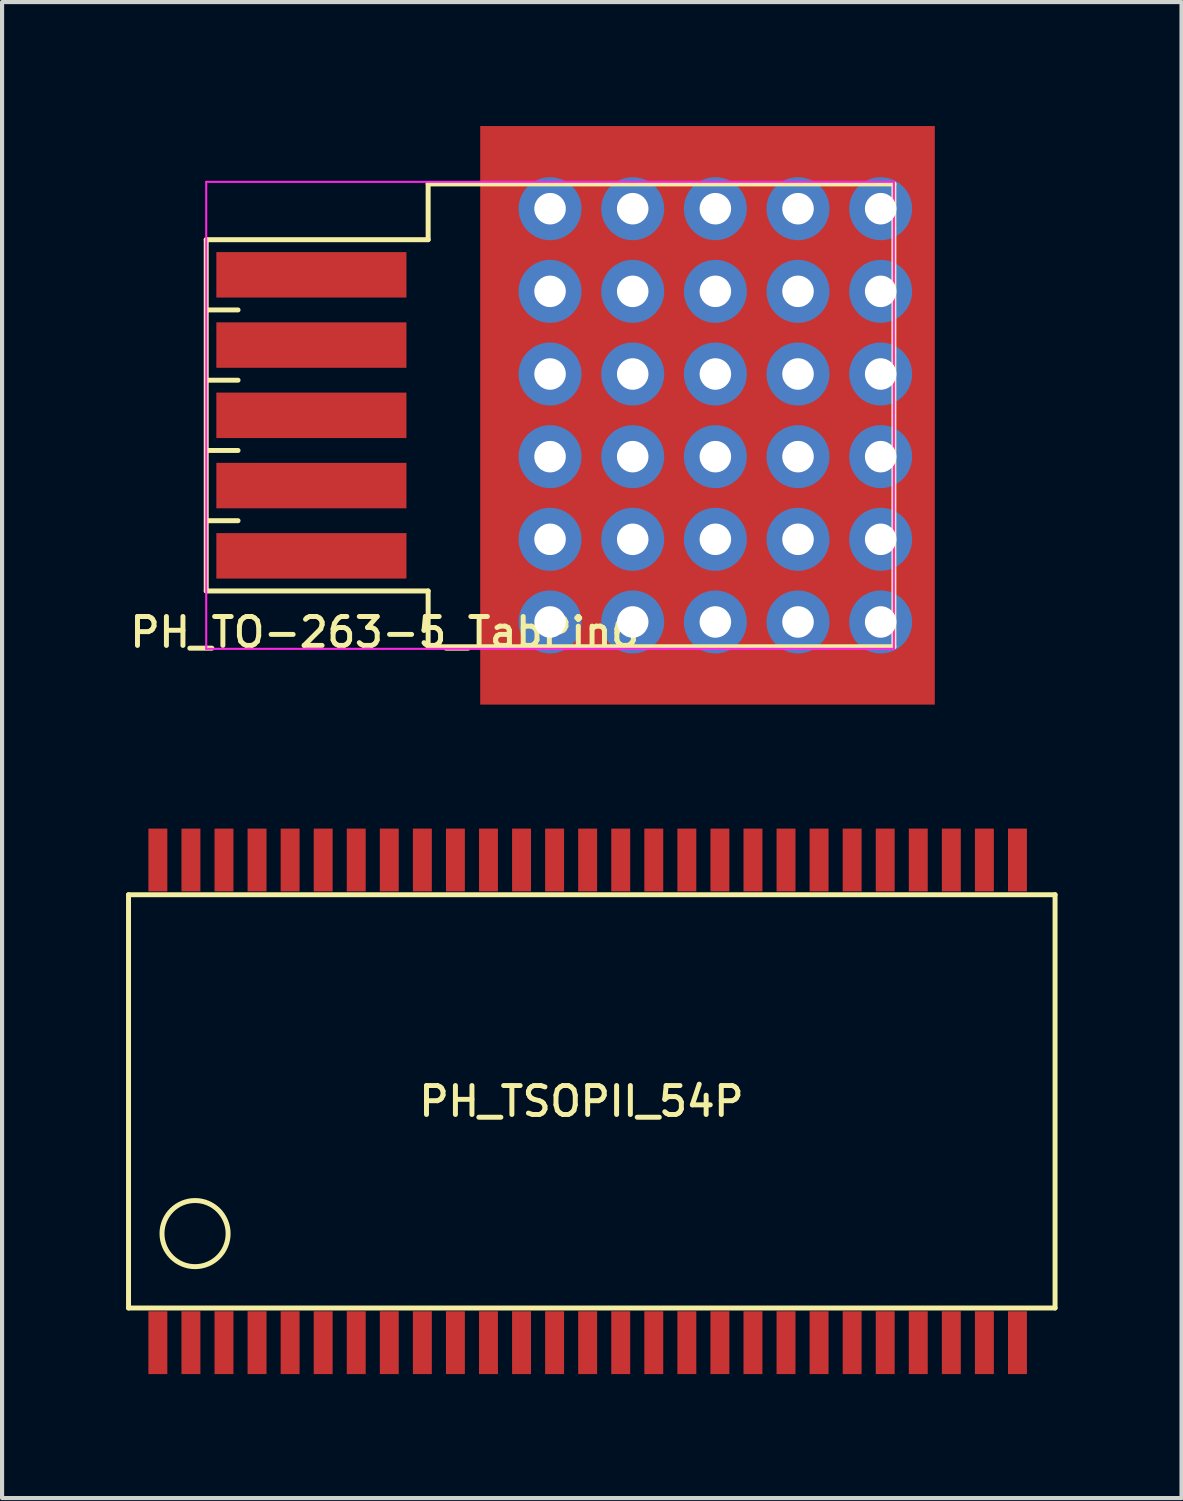
<source format=kicad_pcb>
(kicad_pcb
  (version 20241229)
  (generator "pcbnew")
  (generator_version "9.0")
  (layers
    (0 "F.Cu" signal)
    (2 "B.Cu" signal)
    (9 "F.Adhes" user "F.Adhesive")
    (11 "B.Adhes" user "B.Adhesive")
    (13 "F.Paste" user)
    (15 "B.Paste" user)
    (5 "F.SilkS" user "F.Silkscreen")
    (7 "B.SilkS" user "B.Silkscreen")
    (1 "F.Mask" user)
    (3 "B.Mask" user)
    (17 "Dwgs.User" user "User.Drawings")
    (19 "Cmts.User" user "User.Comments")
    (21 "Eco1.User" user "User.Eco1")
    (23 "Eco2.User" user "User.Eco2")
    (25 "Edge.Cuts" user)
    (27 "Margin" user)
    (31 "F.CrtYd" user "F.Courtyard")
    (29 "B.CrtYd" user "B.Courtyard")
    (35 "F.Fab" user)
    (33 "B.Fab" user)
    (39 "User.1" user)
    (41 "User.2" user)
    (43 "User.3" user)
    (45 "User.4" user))
  (footprint "PH_TSOPII_54P"
    (layer "F.Cu")
    (at 11.27 23.6)
    (property "Reference" "PH_TSOPII_54P" (at -0.25 0 0) (layer "F.SilkS") (effects (font (size 0.7 0.7) (thickness 0.12))))
    (attr through_hole)
    (fp_line (start -11.21 -5) (end -11.21 5) (stroke (width 0.12) (type solid)) (layer "F.SilkS"))
    (fp_line (start -11.21 -5) (end 11.21 -5) (stroke (width 0.12) (type solid)) (layer "F.SilkS"))
    (fp_line (start -11.21 5) (end 11.21 5) (stroke (width 0.12) (type solid)) (layer "F.SilkS"))
    (fp_line (start 11.21 5) (end 11.21 -5) (stroke (width 0.12) (type solid)) (layer "F.SilkS"))
    (fp_circle (center -9.6 3.2) (end -8.8 3.2) (stroke (width 0.12) (type solid)) (fill no) (layer "F.SilkS"))
    (pad "1" smd rect (at -10.5 5.84) (size 0.458 1.52) (layers "F.Cu" "F.Mask" "F.Paste"))
    (pad "2" smd rect (at -9.7 5.84) (size 0.458 1.52) (layers "F.Cu" "F.Mask" "F.Paste"))
    (pad "3" smd rect (at -8.9 5.84) (size 0.458 1.52) (layers "F.Cu" "F.Mask" "F.Paste"))
    (pad "4" smd rect (at -8.1 5.84) (size 0.458 1.52) (layers "F.Cu" "F.Mask" "F.Paste"))
    (pad "5" smd rect (at -7.3 5.84) (size 0.458 1.52) (layers "F.Cu" "F.Mask" "F.Paste"))
    (pad "6" smd rect (at -6.5 5.84) (size 0.458 1.52) (layers "F.Cu" "F.Mask" "F.Paste"))
    (pad "7" smd rect (at -5.7 5.84) (size 0.458 1.52) (layers "F.Cu" "F.Mask" "F.Paste"))
    (pad "8" smd rect (at -4.9 5.84) (size 0.458 1.52) (layers "F.Cu" "F.Mask" "F.Paste"))
    (pad "9" smd rect (at -4.1 5.84) (size 0.458 1.52) (layers "F.Cu" "F.Mask" "F.Paste"))
    (pad "10" smd rect (at -3.3 5.84) (size 0.458 1.52) (layers "F.Cu" "F.Mask" "F.Paste"))
    (pad "11" smd rect (at -2.5 5.84) (size 0.458 1.52) (layers "F.Cu" "F.Mask" "F.Paste"))
    (pad "12" smd rect (at -1.7 5.84) (size 0.458 1.52) (layers "F.Cu" "F.Mask" "F.Paste"))
    (pad "13" smd rect (at -0.9 5.84) (size 0.458 1.52) (layers "F.Cu" "F.Mask" "F.Paste"))
    (pad "14" smd rect (at -0.1 5.84) (size 0.458 1.52) (layers "F.Cu" "F.Mask" "F.Paste"))
    (pad "15" smd rect (at 0.7 5.84) (size 0.458 1.52) (layers "F.Cu" "F.Mask" "F.Paste"))
    (pad "16" smd rect (at 1.5 5.84) (size 0.458 1.52) (layers "F.Cu" "F.Mask" "F.Paste"))
    (pad "17" smd rect (at 2.3 5.84) (size 0.458 1.52) (layers "F.Cu" "F.Mask" "F.Paste"))
    (pad "18" smd rect (at 3.1 5.84) (size 0.458 1.52) (layers "F.Cu" "F.Mask" "F.Paste"))
    (pad "19" smd rect (at 3.9 5.84) (size 0.458 1.52) (layers "F.Cu" "F.Mask" "F.Paste"))
    (pad "20" smd rect (at 4.7 5.84) (size 0.458 1.52) (layers "F.Cu" "F.Mask" "F.Paste"))
    (pad "21" smd rect (at 5.5 5.84) (size 0.458 1.52) (layers "F.Cu" "F.Mask" "F.Paste"))
    (pad "22" smd rect (at 6.3 5.84) (size 0.458 1.52) (layers "F.Cu" "F.Mask" "F.Paste"))
    (pad "23" smd rect (at 7.1 5.84) (size 0.458 1.52) (layers "F.Cu" "F.Mask" "F.Paste"))
    (pad "24" smd rect (at 7.9 5.84) (size 0.458 1.52) (layers "F.Cu" "F.Mask" "F.Paste"))
    (pad "25" smd rect (at 8.7 5.84) (size 0.458 1.52) (layers "F.Cu" "F.Mask" "F.Paste"))
    (pad "26" smd rect (at 9.5 5.84) (size 0.458 1.52) (layers "F.Cu" "F.Mask" "F.Paste"))
    (pad "27" smd rect (at 10.3 5.84) (size 0.458 1.52) (layers "F.Cu" "F.Mask" "F.Paste"))
    (pad "28" smd rect (at 10.3 -5.84) (size 0.458 1.52) (layers "F.Cu" "F.Mask" "F.Paste"))
    (pad "29" smd rect (at 9.5 -5.84) (size 0.458 1.52) (layers "F.Cu" "F.Mask" "F.Paste"))
    (pad "30" smd rect (at 8.7 -5.84) (size 0.458 1.52) (layers "F.Cu" "F.Mask" "F.Paste"))
    (pad "31" smd rect (at 7.9 -5.84) (size 0.458 1.52) (layers "F.Cu" "F.Mask" "F.Paste"))
    (pad "32" smd rect (at 7.1 -5.84) (size 0.458 1.52) (layers "F.Cu" "F.Mask" "F.Paste"))
    (pad "33" smd rect (at 6.3 -5.84) (size 0.458 1.52) (layers "F.Cu" "F.Mask" "F.Paste"))
    (pad "34" smd rect (at 5.5 -5.84) (size 0.458 1.52) (layers "F.Cu" "F.Mask" "F.Paste"))
    (pad "35" smd rect (at 4.7 -5.84) (size 0.458 1.52) (layers "F.Cu" "F.Mask" "F.Paste"))
    (pad "36" smd rect (at 3.9 -5.84) (size 0.458 1.52) (layers "F.Cu" "F.Mask" "F.Paste"))
    (pad "37" smd rect (at 3.1 -5.84) (size 0.458 1.52) (layers "F.Cu" "F.Mask" "F.Paste"))
    (pad "38" smd rect (at 2.3 -5.84) (size 0.458 1.52) (layers "F.Cu" "F.Mask" "F.Paste"))
    (pad "39" smd rect (at 1.5 -5.84) (size 0.458 1.52) (layers "F.Cu" "F.Mask" "F.Paste"))
    (pad "40" smd rect (at 0.7 -5.84) (size 0.458 1.52) (layers "F.Cu" "F.Mask" "F.Paste"))
    (pad "41" smd rect (at -0.1 -5.84) (size 0.458 1.52) (layers "F.Cu" "F.Mask" "F.Paste"))
    (pad "42" smd rect (at -0.9 -5.84) (size 0.458 1.52) (layers "F.Cu" "F.Mask" "F.Paste"))
    (pad "43" smd rect (at -1.7 -5.84) (size 0.458 1.52) (layers "F.Cu" "F.Mask" "F.Paste"))
    (pad "44" smd rect (at -2.5 -5.84) (size 0.458 1.52) (layers "F.Cu" "F.Mask" "F.Paste"))
    (pad "45" smd rect (at -3.3 -5.84) (size 0.458 1.52) (layers "F.Cu" "F.Mask" "F.Paste"))
    (pad "46" smd rect (at -4.1 -5.84) (size 0.458 1.52) (layers "F.Cu" "F.Mask" "F.Paste"))
    (pad "47" smd rect (at -4.9 -5.84) (size 0.458 1.52) (layers "F.Cu" "F.Mask" "F.Paste"))
    (pad "48" smd rect (at -5.7 -5.84) (size 0.458 1.52) (layers "F.Cu" "F.Mask" "F.Paste"))
    (pad "49" smd rect (at -6.5 -5.84) (size 0.458 1.52) (layers "F.Cu" "F.Mask" "F.Paste"))
    (pad "50" smd rect (at -7.3 -5.84) (size 0.458 1.52) (layers "F.Cu" "F.Mask" "F.Paste"))
    (pad "51" smd rect (at -8.1 -5.84) (size 0.458 1.52) (layers "F.Cu" "F.Mask" "F.Paste"))
    (pad "52" smd rect (at -8.9 -5.84) (size 0.458 1.52) (layers "F.Cu" "F.Mask" "F.Paste"))
    (pad "53" smd rect (at -9.7 -5.84) (size 0.458 1.52) (layers "F.Cu" "F.Mask" "F.Paste"))
    (pad "54" smd rect (at -10.5 -5.84) (size 0.458 1.52) (layers "F.Cu" "F.Mask" "F.Paste")))
  (footprint "PH_TO-263-5_TabPin6"
    (layer "F.Cu")
    (at 10.26 7)
    (property "Reference" "PH_TO-263-5_TabPin6" (at -4 5.25 180) (layer "F.SilkS") (effects (font (size 0.7 0.7) (thickness 0.12))))
    (attr smd)
    (fp_line (start -8.32 -4.25) (end -8.32 4.25) (stroke (width 0.12) (type solid)) (layer "F.SilkS"))
    (fp_line (start -8.3 -2.55) (end -7.55 -2.55) (stroke (width 0.12) (type solid)) (layer "F.SilkS"))
    (fp_line (start -8.3 -0.85) (end -7.55 -0.85) (stroke (width 0.12) (type solid)) (layer "F.SilkS"))
    (fp_line (start -8.3 0.85) (end -7.55 0.85) (stroke (width 0.12) (type solid)) (layer "F.SilkS"))
    (fp_line (start -8.3 2.55) (end -7.55 2.55) (stroke (width 0.12) (type solid)) (layer "F.SilkS"))
    (fp_line (start -2.95 -5.6) (end -2.95 -4.25) (stroke (width 0.12) (type solid)) (layer "F.SilkS"))
    (fp_line (start -2.95 -4.25) (end -8.32 -4.25) (stroke (width 0.12) (type solid)) (layer "F.SilkS"))
    (fp_line (start -2.95 4.25) (end -8.32 4.25) (stroke (width 0.12) (type solid)) (layer "F.SilkS"))
    (fp_line (start -2.95 5.6) (end -2.95 4.25) (stroke (width 0.12) (type solid)) (layer "F.SilkS"))
    (fp_line (start 8.32 -5.6) (end -2.95 -5.6) (stroke (width 0.12) (type solid)) (layer "F.SilkS"))
    (fp_line (start 8.32 -5.6) (end 8.32 5.6) (stroke (width 0.12) (type solid)) (layer "F.SilkS"))
    (fp_line (start 8.32 5.6) (end -2.95 5.6) (stroke (width 0.12) (type solid)) (layer "F.SilkS"))
    (fp_line (start -8.32 -5.65) (end -8.32 5.65) (stroke (width 0.05) (type solid)) (layer "F.CrtYd"))
    (fp_line (start -8.32 5.65) (end 8.32 5.65) (stroke (width 0.05) (type solid)) (layer "F.CrtYd"))
    (fp_line (start 8.32 -5.65) (end -8.32 -5.65) (stroke (width 0.05) (type solid)) (layer "F.CrtYd"))
    (fp_line (start 8.32 5.65) (end 8.32 -5.65) (stroke (width 0.05) (type solid)) (layer "F.CrtYd"))
    (pad "1" smd rect (at -5.775 -3.4) (size 4.6 1.1) (layers "F.Cu" "F.Mask" "F.Paste"))
    (pad "2" smd rect (at -5.775 -1.7) (size 4.6 1.1) (layers "F.Cu" "F.Mask" "F.Paste"))
    (pad "3" smd rect (at -5.775 0) (size 4.6 1.1) (layers "F.Cu" "F.Mask" "F.Paste"))
    (pad "3" thru_hole circle (at 0 -5) (size 1.524 1.524) (drill 0.762) (layers "*.Cu" "*.Mask"))
    (pad "3" thru_hole circle (at 0 -3) (size 1.524 1.524) (drill 0.762) (layers "*.Cu" "*.Mask"))
    (pad "3" thru_hole circle (at 0 -1) (size 1.524 1.524) (drill 0.762) (layers "*.Cu" "*.Mask"))
    (pad "3" thru_hole circle (at 0 1) (size 1.524 1.524) (drill 0.762) (layers "*.Cu" "*.Mask"))
    (pad "3" thru_hole circle (at 0 3) (size 1.524 1.524) (drill 0.762) (layers "*.Cu" "*.Mask"))
    (pad "3" thru_hole circle (at 0 5) (size 1.524 1.524) (drill 0.762) (layers "*.Cu" "*.Mask"))
    (pad "3" thru_hole circle (at 2 -5) (size 1.524 1.524) (drill 0.762) (layers "*.Cu" "*.Mask"))
    (pad "3" thru_hole circle (at 2 -3) (size 1.524 1.524) (drill 0.762) (layers "*.Cu" "*.Mask"))
    (pad "3" thru_hole circle (at 2 -1) (size 1.524 1.524) (drill 0.762) (layers "*.Cu" "*.Mask"))
    (pad "3" thru_hole circle (at 2 1) (size 1.524 1.524) (drill 0.762) (layers "*.Cu" "*.Mask"))
    (pad "3" thru_hole circle (at 2 3) (size 1.524 1.524) (drill 0.762) (layers "*.Cu" "*.Mask"))
    (pad "3" thru_hole circle (at 2 5) (size 1.524 1.524) (drill 0.762) (layers "*.Cu" "*.Mask"))
    (pad "3" smd rect (at 3.81 0) (size 11 14) (layers "F.Cu" "F.Mask" "F.Paste"))
    (pad "3" thru_hole circle (at 4 -5) (size 1.524 1.524) (drill 0.762) (layers "*.Cu" "*.Mask"))
    (pad "3" thru_hole circle (at 4 -3) (size 1.524 1.524) (drill 0.762) (layers "*.Cu" "*.Mask"))
    (pad "3" thru_hole circle (at 4 -1) (size 1.524 1.524) (drill 0.762) (layers "*.Cu" "*.Mask"))
    (pad "3" thru_hole circle (at 4 1) (size 1.524 1.524) (drill 0.762) (layers "*.Cu" "*.Mask"))
    (pad "3" thru_hole circle (at 4 3) (size 1.524 1.524) (drill 0.762) (layers "*.Cu" "*.Mask"))
    (pad "3" thru_hole circle (at 4 5) (size 1.524 1.524) (drill 0.762) (layers "*.Cu" "*.Mask"))
    (pad "3" thru_hole circle (at 6 -5) (size 1.524 1.524) (drill 0.762) (layers "*.Cu" "*.Mask"))
    (pad "3" thru_hole circle (at 6 -3) (size 1.524 1.524) (drill 0.762) (layers "*.Cu" "*.Mask"))
    (pad "3" thru_hole circle (at 6 -1) (size 1.524 1.524) (drill 0.762) (layers "*.Cu" "*.Mask"))
    (pad "3" thru_hole circle (at 6 1) (size 1.524 1.524) (drill 0.762) (layers "*.Cu" "*.Mask"))
    (pad "3" thru_hole circle (at 6 3) (size 1.524 1.524) (drill 0.762) (layers "*.Cu" "*.Mask"))
    (pad "3" thru_hole circle (at 6 5) (size 1.524 1.524) (drill 0.762) (layers "*.Cu" "*.Mask"))
    (pad "3" thru_hole circle (at 8 -5) (size 1.524 1.524) (drill 0.762) (layers "*.Cu" "*.Mask"))
    (pad "3" thru_hole circle (at 8 -3) (size 1.524 1.524) (drill 0.762) (layers "*.Cu" "*.Mask"))
    (pad "3" thru_hole circle (at 8 -1) (size 1.524 1.524) (drill 0.762) (layers "*.Cu" "*.Mask"))
    (pad "3" thru_hole circle (at 8 1) (size 1.524 1.524) (drill 0.762) (layers "*.Cu" "*.Mask"))
    (pad "3" thru_hole circle (at 8 3) (size 1.524 1.524) (drill 0.762) (layers "*.Cu" "*.Mask"))
    (pad "3" thru_hole circle (at 8 5) (size 1.524 1.524) (drill 0.762) (layers "*.Cu" "*.Mask"))
    (pad "4" smd rect (at -5.775 1.7) (size 4.6 1.1) (layers "F.Cu" "F.Mask" "F.Paste"))
    (pad "5" smd rect (at -5.775 3.4) (size 4.6 1.1) (layers "F.Cu" "F.Mask" "F.Paste")))
  (gr_rect
    (start -3 -3)
    (end 25.54 33.2)
    (stroke (width 0.1) (type default))
    (fill no)
    (layer "Edge.Cuts")))
</source>
